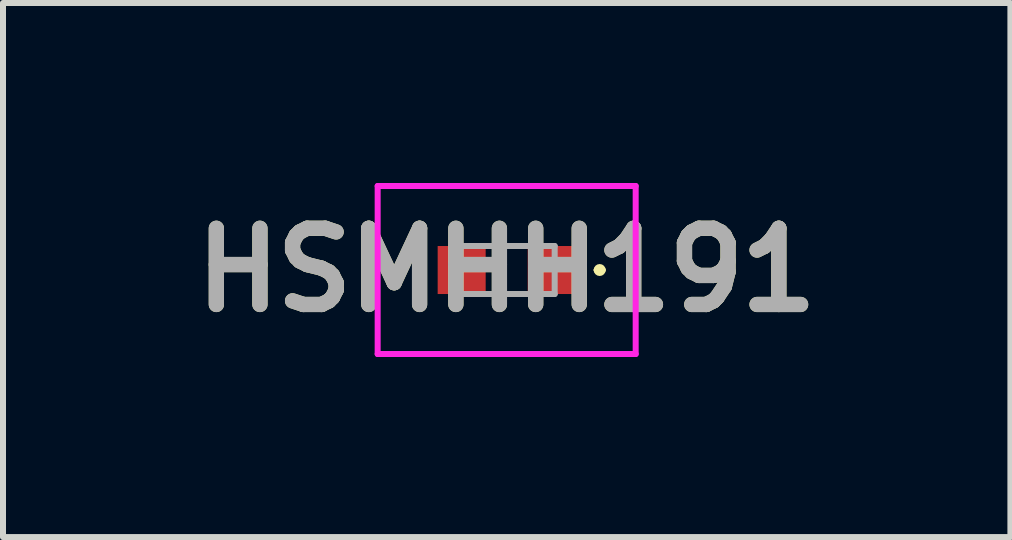
<source format=kicad_pcb>
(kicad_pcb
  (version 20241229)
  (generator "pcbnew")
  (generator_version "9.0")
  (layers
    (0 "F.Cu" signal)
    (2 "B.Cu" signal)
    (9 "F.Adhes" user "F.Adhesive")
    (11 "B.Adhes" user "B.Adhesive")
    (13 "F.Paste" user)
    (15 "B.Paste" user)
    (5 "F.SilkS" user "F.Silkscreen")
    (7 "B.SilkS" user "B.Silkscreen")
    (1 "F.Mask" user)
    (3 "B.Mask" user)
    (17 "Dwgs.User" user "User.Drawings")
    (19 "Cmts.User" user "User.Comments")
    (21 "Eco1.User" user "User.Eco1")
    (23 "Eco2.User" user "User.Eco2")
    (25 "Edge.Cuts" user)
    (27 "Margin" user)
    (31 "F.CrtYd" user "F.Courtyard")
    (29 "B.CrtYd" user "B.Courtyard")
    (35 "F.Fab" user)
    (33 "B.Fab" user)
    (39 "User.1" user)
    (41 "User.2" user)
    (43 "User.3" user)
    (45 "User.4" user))
  (footprint "HSMHH191"
    (layer "F.Cu")
    (at 5.394 1.45)
    (property "Reference" "HSMHH191" (at 0 0 0) (layer "F.SilkS") (effects (font (size 1.27 1.27) (thickness 0.254))))
    (attr smd)
    (fp_line (start 1.5 0) (end 1.5 0) (stroke (width 0.1) (type solid)) (layer "F.SilkS"))
    (fp_line (start 1.6 0) (end 1.6 0) (stroke (width 0.1) (type solid)) (layer "F.SilkS"))
    (fp_arc (start 1.5 0) (mid 1.55 -0.05) (end 1.6 0) (stroke (width 0.1) (type solid)) (layer "F.SilkS"))
    (fp_arc (start 1.6 0) (mid 1.55 0.05) (end 1.5 0) (stroke (width 0.1) (type solid)) (layer "F.SilkS"))
    (fp_line (start -2.15 -1.4) (end 2.15 -1.4) (stroke (width 0.1) (type solid)) (layer "F.CrtYd"))
    (fp_line (start -2.15 1.4) (end -2.15 -1.4) (stroke (width 0.1) (type solid)) (layer "F.CrtYd"))
    (fp_line (start 2.15 -1.4) (end 2.15 1.4) (stroke (width 0.1) (type solid)) (layer "F.CrtYd"))
    (fp_line (start 2.15 1.4) (end -2.15 1.4) (stroke (width 0.1) (type solid)) (layer "F.CrtYd"))
    (fp_line (start -0.8 -0.4) (end -0.8 0.4) (stroke (width 0.1) (type solid)) (layer "F.Fab"))
    (fp_line (start -0.8 0.4) (end 0.8 0.4) (stroke (width 0.1) (type solid)) (layer "F.Fab"))
    (fp_line (start 0.8 -0.4) (end -0.8 -0.4) (stroke (width 0.1) (type solid)) (layer "F.Fab"))
    (fp_line (start 0.8 0.4) (end 0.8 -0.4) (stroke (width 0.1) (type solid)) (layer "F.Fab"))
    (fp_text user "${REFERENCE}" (at 0 0 0) (layer "F.Fab") (effects (font (size 1.27 1.27) (thickness 0.254))))
    (pad "1" smd rect (at 0.75 0 90) (size 0.8 0.8) (layers "F.Cu" "F.Mask" "F.Paste"))
    (pad "2" smd rect (at -0.75 0 90) (size 0.8 0.8) (layers "F.Cu" "F.Mask" "F.Paste")))
  (gr_rect
    (start -3 -3)
    (end 13.789 5.9)
    (stroke (width 0.1) (type default))
    (fill no)
    (layer "Edge.Cuts")))
</source>
